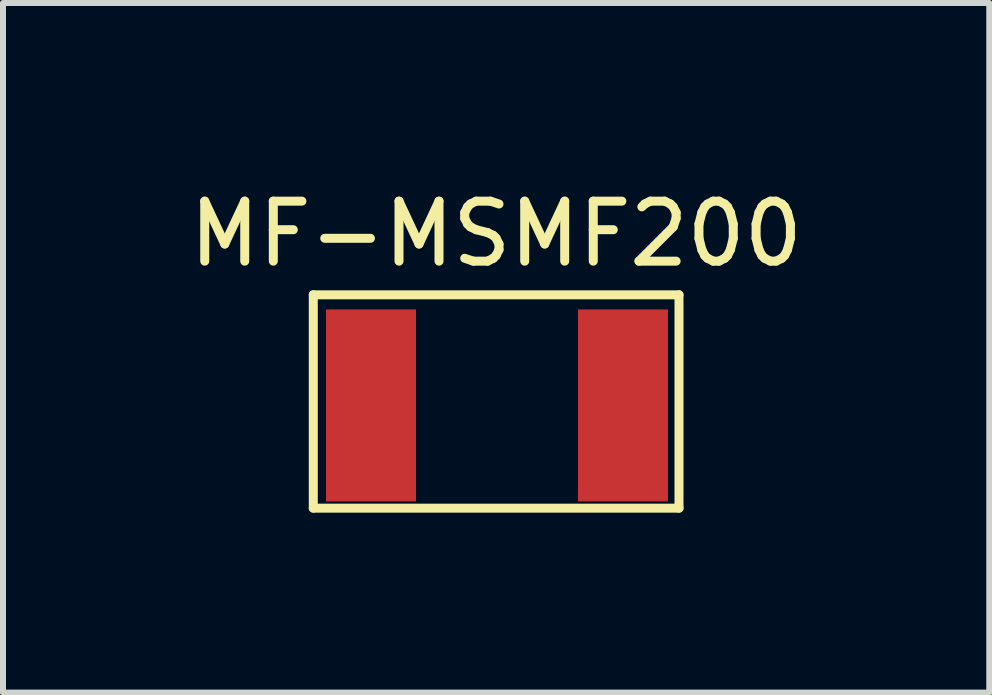
<source format=kicad_pcb>
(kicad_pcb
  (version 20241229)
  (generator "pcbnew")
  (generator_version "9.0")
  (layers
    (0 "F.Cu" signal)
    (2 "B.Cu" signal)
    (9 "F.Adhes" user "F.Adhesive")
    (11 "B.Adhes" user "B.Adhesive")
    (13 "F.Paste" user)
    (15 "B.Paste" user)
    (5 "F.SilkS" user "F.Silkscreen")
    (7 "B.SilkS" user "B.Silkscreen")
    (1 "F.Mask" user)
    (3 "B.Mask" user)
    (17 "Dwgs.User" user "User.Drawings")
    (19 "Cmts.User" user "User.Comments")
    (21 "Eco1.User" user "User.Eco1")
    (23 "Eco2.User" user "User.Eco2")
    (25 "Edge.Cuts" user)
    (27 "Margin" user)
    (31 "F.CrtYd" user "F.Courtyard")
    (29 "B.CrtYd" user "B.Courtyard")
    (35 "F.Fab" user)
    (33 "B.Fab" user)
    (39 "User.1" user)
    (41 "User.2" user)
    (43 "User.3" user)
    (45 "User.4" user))
  (footprint "MF-MSMF200"
    (layer "F.Cu")
    (at 5.22 3.388)
    (property "Reference" "MF-MSMF200" (at 0 -2.54 0) (layer "F.SilkS") (effects (font (size 1 1) (thickness 0.15))))
    (attr through_hole)
    (fp_line (start -3.048 -1.524) (end 3.048 -1.524) (stroke (width 0.15) (type solid)) (layer "F.SilkS"))
    (fp_line (start -3.048 2.032) (end -3.048 -1.524) (stroke (width 0.15) (type solid)) (layer "F.SilkS"))
    (fp_line (start 3.048 -1.524) (end 3.048 2.032) (stroke (width 0.15) (type solid)) (layer "F.SilkS"))
    (fp_line (start 3.048 2.032) (end -3.048 2.032) (stroke (width 0.15) (type solid)) (layer "F.SilkS"))
    (pad "1" smd rect (at -1.336 0.32) (size 1.5 3.2) (drill (offset -0.75 0)) (layers "F.Cu" "F.Mask" "F.Paste"))
    (pad "2" smd rect (at 1.364 0.32) (size 1.5 3.2) (drill (offset 0.75 0)) (layers "F.Cu" "F.Mask" "F.Paste")))
  (gr_rect
    (start -3 -3)
    (end 13.44 8.495)
    (stroke (width 0.1) (type default))
    (fill no)
    (layer "Edge.Cuts")))
</source>
